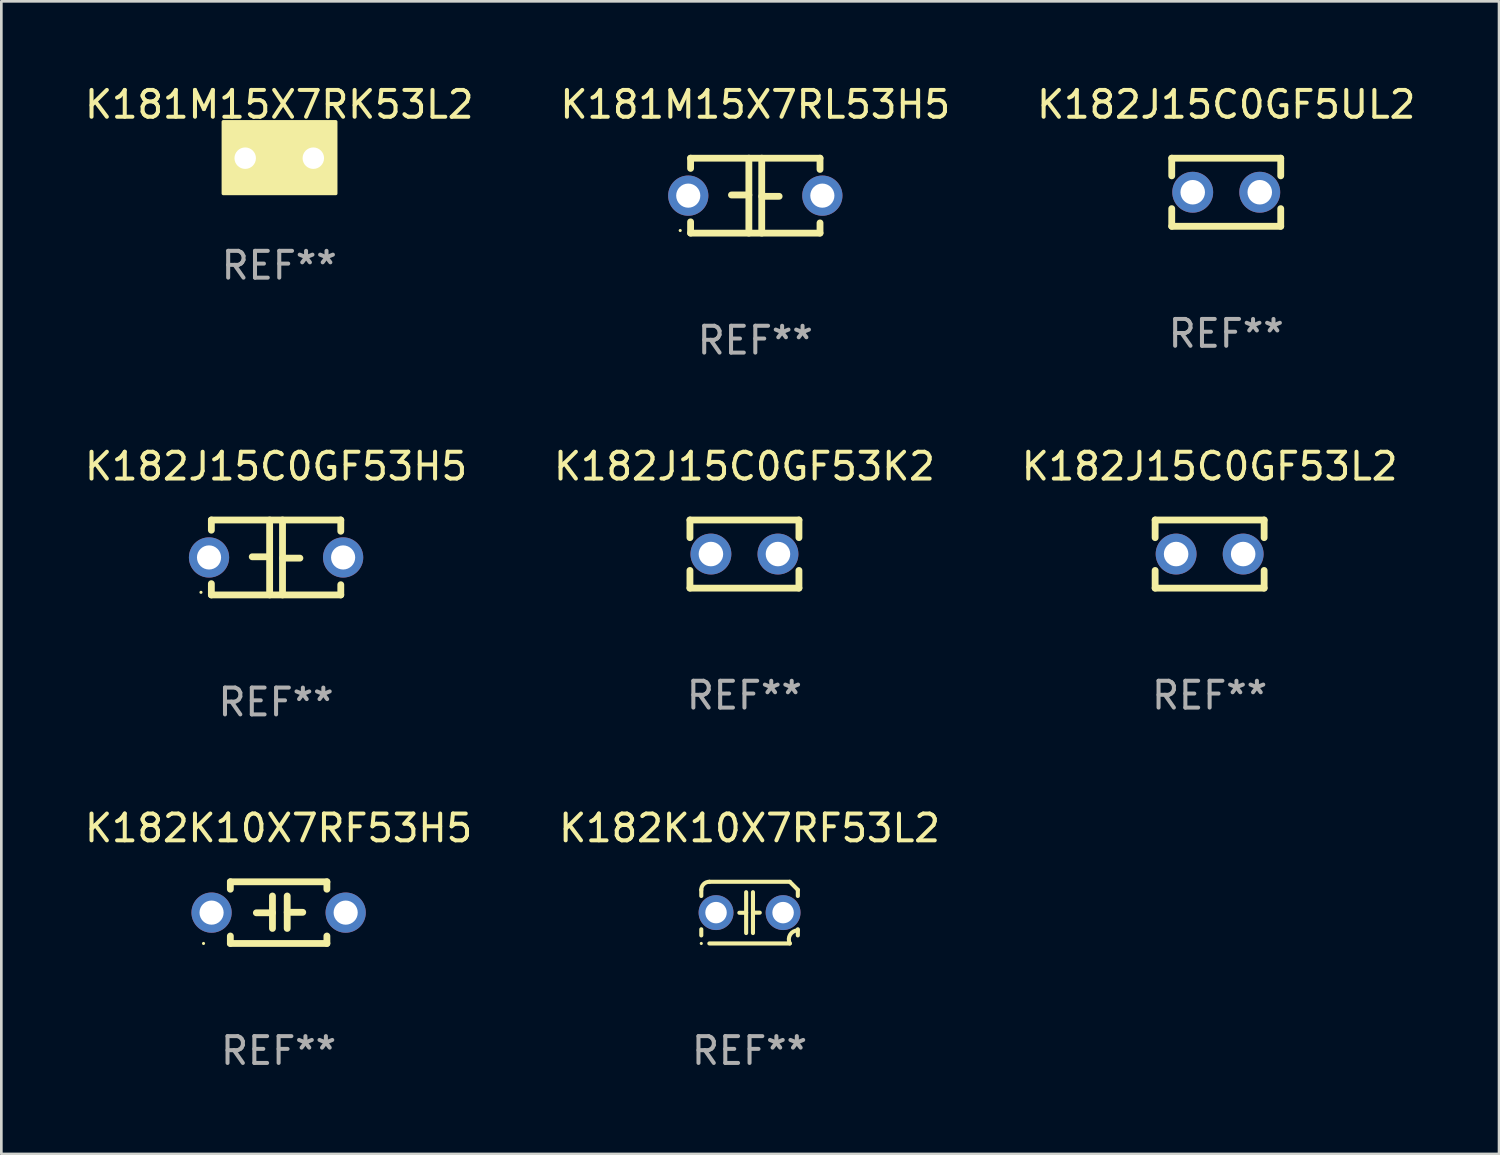
<source format=kicad_pcb>
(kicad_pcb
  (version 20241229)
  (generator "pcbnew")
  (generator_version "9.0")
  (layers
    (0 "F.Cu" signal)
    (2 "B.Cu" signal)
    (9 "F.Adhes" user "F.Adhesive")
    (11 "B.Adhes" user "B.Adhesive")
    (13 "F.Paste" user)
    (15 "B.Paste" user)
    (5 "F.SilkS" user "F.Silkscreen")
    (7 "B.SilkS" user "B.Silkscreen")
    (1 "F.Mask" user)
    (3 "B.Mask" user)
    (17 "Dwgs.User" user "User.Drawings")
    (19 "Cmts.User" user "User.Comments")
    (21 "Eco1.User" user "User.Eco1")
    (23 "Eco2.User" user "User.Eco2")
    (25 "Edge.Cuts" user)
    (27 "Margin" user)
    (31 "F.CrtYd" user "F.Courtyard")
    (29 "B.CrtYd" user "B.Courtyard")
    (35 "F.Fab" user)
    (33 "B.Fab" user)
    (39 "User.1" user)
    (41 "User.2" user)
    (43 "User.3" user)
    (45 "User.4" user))
  (footprint "K182J15C0GF53L2"
    (layer "F.Cu")
    (at 42.054 17.609)
    (property "Reference" "K182J15C0GF53L2" (at 0 -3.27 0) (layer "F.SilkS") (effects (font (size 1 1) (thickness 0.15))))
    (attr through_hole)
    (fp_line (start -2.032 -1.27) (end -2.032 -0.611) (stroke (width 0.254) (type solid)) (layer "F.SilkS"))
    (fp_line (start -2.032 0.611) (end -2.032 1.27) (stroke (width 0.254) (type solid)) (layer "F.SilkS"))
    (fp_line (start -2.032 1.27) (end 2.032 1.27) (stroke (width 0.254) (type solid)) (layer "F.SilkS"))
    (fp_line (start 2.032 -1.27) (end -2.032 -1.27) (stroke (width 0.254) (type solid)) (layer "F.SilkS"))
    (fp_line (start 2.032 -0.611) (end 2.032 -1.27) (stroke (width 0.254) (type solid)) (layer "F.SilkS"))
    (fp_line (start 2.032 1.27) (end 2.032 0.611) (stroke (width 0.254) (type solid)) (layer "F.SilkS"))
    (fp_circle (center -2 1.3) (end -1.97 1.3) (stroke (width 0.06) (type solid)) (fill no) (layer "F.SilkS"))
    (fp_text user "REF**" (at 0 5.27 0) (layer "F.Fab") (effects (font (size 1 1) (thickness 0.15))))
    (pad "1" thru_hole circle (at -1.25 0) (size 1.524 1.524) (drill 0.914) (layers "*.Cu" "*.Mask"))
    (pad "2" thru_hole circle (at 1.25 0) (size 1.524 1.524) (drill 0.914) (layers "*.Cu" "*.Mask")))
  (footprint "K182K10X7RF53L2"
    (layer "F.Cu")
    (at 24.899 30.979)
    (property "Reference" "K182K10X7RF53L2" (at 0 -3.15 0) (layer "F.SilkS") (effects (font (size 1 1) (thickness 0.15))))
    (attr through_hole)
    (fp_line (start -1.8 -0.621) (end -1.8 -0.85) (stroke (width 0.152) (type solid)) (layer "F.SilkS"))
    (fp_line (start -1.8 0.85) (end -1.8 0.621) (stroke (width 0.152) (type solid)) (layer "F.SilkS"))
    (fp_line (start -1.5 -1.15) (end 1.5 -1.15) (stroke (width 0.152) (type solid)) (layer "F.SilkS"))
    (fp_line (start -0.127 -0.762) (end -0.127 0.762) (stroke (width 0.152) (type solid)) (layer "F.SilkS"))
    (fp_line (start -0.127 0.005) (end -0.381 0.005) (stroke (width 0.152) (type solid)) (layer "F.SilkS"))
    (fp_line (start 0.127 -0.762) (end 0.127 0.762) (stroke (width 0.152) (type solid)) (layer "F.SilkS"))
    (fp_line (start 0.127 0.002) (end 0.381 0.002) (stroke (width 0.152) (type solid)) (layer "F.SilkS"))
    (fp_line (start 1.5 1.15) (end -1.5 1.15) (stroke (width 0.152) (type solid)) (layer "F.SilkS"))
    (fp_line (start 1.8 -0.85) (end 1.8 -0.621) (stroke (width 0.152) (type solid)) (layer "F.SilkS"))
    (fp_line (start 1.8 0.621) (end 1.8 0.85) (stroke (width 0.152) (type solid)) (layer "F.SilkS"))
    (fp_arc (start -1.799975 -0.849987) (mid -1.712107 -1.062119) (end -1.499975 -1.149987) (stroke (width 0.151994) (type solid)) (layer "F.SilkS"))
    (fp_arc (start 1.499975 1.149987) (mid 1.513726 0.822359) (end 1.799975 0.662387) (stroke (width 0.151994) (type solid)) (layer "F.SilkS"))
    (fp_arc (start 1.500001 -1.149986) (mid 1.650015 -1.000001) (end 1.8 -0.849987) (stroke (width 0.151994) (type solid)) (layer "F.SilkS"))
    (fp_circle (center -1.8 1.15) (end -1.77 1.15) (stroke (width 0.06) (type solid)) (fill no) (layer "F.SilkS"))
    (fp_text user "REF**" (at 0 5.15 0) (layer "F.Fab") (effects (font (size 1 1) (thickness 0.15))))
    (pad "1" thru_hole circle (at -1.25 0) (size 1.3 1.3) (drill 0.8) (layers "*.Cu" "*.Mask"))
    (pad "2" thru_hole circle (at 1.25 0) (size 1.3 1.3) (drill 0.8) (layers "*.Cu" "*.Mask")))
  (footprint "K182J15C0GF5UL2"
    (layer "F.Cu")
    (at 42.673 4.118)
    (property "Reference" "K182J15C0GF5UL2" (at 0 -3.27 0) (layer "F.SilkS") (effects (font (size 1 1) (thickness 0.15))))
    (attr through_hole)
    (fp_line (start -2.032 -1.27) (end -2.032 -0.611) (stroke (width 0.254) (type solid)) (layer "F.SilkS"))
    (fp_line (start -2.032 0.611) (end -2.032 1.27) (stroke (width 0.254) (type solid)) (layer "F.SilkS"))
    (fp_line (start -2.032 1.27) (end 2.032 1.27) (stroke (width 0.254) (type solid)) (layer "F.SilkS"))
    (fp_line (start 2.032 -1.27) (end -2.032 -1.27) (stroke (width 0.254) (type solid)) (layer "F.SilkS"))
    (fp_line (start 2.032 -0.611) (end 2.032 -1.27) (stroke (width 0.254) (type solid)) (layer "F.SilkS"))
    (fp_line (start 2.032 1.27) (end 2.032 0.611) (stroke (width 0.254) (type solid)) (layer "F.SilkS"))
    (fp_circle (center -2 1.3) (end -1.97 1.3) (stroke (width 0.06) (type solid)) (fill no) (layer "F.SilkS"))
    (fp_text user "REF**" (at 0 5.27 0) (layer "F.Fab") (effects (font (size 1 1) (thickness 0.15))))
    (pad "1" thru_hole circle (at -1.25 0) (size 1.524 1.524) (drill 0.914) (layers "*.Cu" "*.Mask"))
    (pad "2" thru_hole circle (at 1.25 0) (size 1.524 1.524) (drill 0.914) (layers "*.Cu" "*.Mask")))
  (footprint "K182J15C0GF53H5"
    (layer "F.Cu")
    (at 7.244 17.736)
    (property "Reference" "K182J15C0GF53H5" (at 0 -3.397 0) (layer "F.SilkS") (effects (font (size 1 1) (thickness 0.15))))
    (attr through_hole)
    (fp_line (start -2.413 -1.397) (end 2.413 -1.397) (stroke (width 0.254) (type solid)) (layer "F.SilkS"))
    (fp_line (start -2.413 -1.016) (end -2.413 -1.397) (stroke (width 0.254) (type solid)) (layer "F.SilkS"))
    (fp_line (start -2.413 0.977) (end -2.413 1.397) (stroke (width 0.254) (type solid)) (layer "F.SilkS"))
    (fp_line (start -0.24 -0.025) (end -0.889 -0.025) (stroke (width 0.254) (type solid)) (layer "F.SilkS"))
    (fp_line (start -0.24 1.397) (end -0.24 -1.397) (stroke (width 0.254) (type solid)) (layer "F.SilkS"))
    (fp_line (start 0.24 -1.397) (end 0.24 1.397) (stroke (width 0.254) (type solid)) (layer "F.SilkS"))
    (fp_line (start 0.24 0.025) (end 0.889 0.025) (stroke (width 0.254) (type solid)) (layer "F.SilkS"))
    (fp_line (start 2.413 -0.977) (end 2.413 -1.397) (stroke (width 0.254) (type solid)) (layer "F.SilkS"))
    (fp_line (start 2.413 1.016) (end 2.413 1.397) (stroke (width 0.254) (type solid)) (layer "F.SilkS"))
    (fp_line (start 2.413 1.397) (end -2.413 1.397) (stroke (width 0.254) (type solid)) (layer "F.SilkS"))
    (fp_circle (center -2.8 1.3) (end -2.77 1.3) (stroke (width 0.06) (type solid)) (fill no) (layer "F.SilkS"))
    (fp_text user "REF**" (at 0 5.397 0) (layer "F.Fab") (effects (font (size 1 1) (thickness 0.15))))
    (pad "1" thru_hole circle (at -2.5 0) (size 1.5 1.5) (drill 0.9) (layers "*.Cu" "*.Mask"))
    (pad "2" thru_hole circle (at 2.5 0) (size 1.5 1.5) (drill 0.9) (layers "*.Cu" "*.Mask")))
  (footprint "K182K10X7RF53H5"
    (layer "F.Cu")
    (at 7.339 30.979)
    (property "Reference" "K182K10X7RF53H5" (at 0 -3.15 0) (layer "F.SilkS") (effects (font (size 1 1) (thickness 0.15))))
    (attr through_hole)
    (fp_line (start -1.8 -1.15) (end -1.8 -0.872) (stroke (width 0.254) (type solid)) (layer "F.SilkS"))
    (fp_line (start -1.8 -1.15) (end 1.8 -1.15) (stroke (width 0.254) (type solid)) (layer "F.SilkS"))
    (fp_line (start -1.8 0.872) (end -1.8 1.15) (stroke (width 0.254) (type solid)) (layer "F.SilkS"))
    (fp_line (start -1.8 1.15) (end 1.8 1.15) (stroke (width 0.254) (type solid)) (layer "F.SilkS"))
    (fp_line (start -0.23 -0.62) (end -0.23 0.59) (stroke (width 0.254) (type solid)) (layer "F.SilkS"))
    (fp_line (start -0.23 0.007) (end -0.83 0.007) (stroke (width 0.254) (type solid)) (layer "F.SilkS"))
    (fp_line (start 0.32 -0.62) (end 0.32 0.59) (stroke (width 0.254) (type solid)) (layer "F.SilkS"))
    (fp_line (start 0.32 -0.012) (end 0.9 -0.012) (stroke (width 0.254) (type solid)) (layer "F.SilkS"))
    (fp_line (start 1.8 -1.15) (end 1.8 -0.872) (stroke (width 0.254) (type solid)) (layer "F.SilkS"))
    (fp_line (start 1.8 0.872) (end 1.8 1.15) (stroke (width 0.254) (type solid)) (layer "F.SilkS"))
    (fp_circle (center -2.8 1.15) (end -2.77 1.15) (stroke (width 0.06) (type solid)) (fill no) (layer "F.SilkS"))
    (fp_text user "REF**" (at 0 5.15 0) (layer "F.Fab") (effects (font (size 1 1) (thickness 0.15))))
    (pad "1" thru_hole circle (at -2.5 0) (size 1.5 1.5) (drill 0.9) (layers "*.Cu" "*.Mask"))
    (pad "2" thru_hole circle (at 2.5 0) (size 1.5 1.5) (drill 0.9) (layers "*.Cu" "*.Mask")))
  (footprint "K181M15X7RL53H5"
    (layer "F.Cu")
    (at 25.113 4.245)
    (property "Reference" "K181M15X7RL53H5" (at 0 -3.397 0) (layer "F.SilkS") (effects (font (size 1 1) (thickness 0.15))))
    (attr through_hole)
    (fp_line (start -2.413 -1.397) (end 2.413 -1.397) (stroke (width 0.254) (type solid)) (layer "F.SilkS"))
    (fp_line (start -2.413 -1.016) (end -2.413 -1.397) (stroke (width 0.254) (type solid)) (layer "F.SilkS"))
    (fp_line (start -2.413 0.977) (end -2.413 1.397) (stroke (width 0.254) (type solid)) (layer "F.SilkS"))
    (fp_line (start -0.24 -0.025) (end -0.889 -0.025) (stroke (width 0.254) (type solid)) (layer "F.SilkS"))
    (fp_line (start -0.24 1.397) (end -0.24 -1.397) (stroke (width 0.254) (type solid)) (layer "F.SilkS"))
    (fp_line (start 0.24 -1.397) (end 0.24 1.397) (stroke (width 0.254) (type solid)) (layer "F.SilkS"))
    (fp_line (start 0.24 0.025) (end 0.889 0.025) (stroke (width 0.254) (type solid)) (layer "F.SilkS"))
    (fp_line (start 2.413 -0.977) (end 2.413 -1.397) (stroke (width 0.254) (type solid)) (layer "F.SilkS"))
    (fp_line (start 2.413 1.016) (end 2.413 1.397) (stroke (width 0.254) (type solid)) (layer "F.SilkS"))
    (fp_line (start 2.413 1.397) (end -2.413 1.397) (stroke (width 0.254) (type solid)) (layer "F.SilkS"))
    (fp_circle (center -2.8 1.3) (end -2.77 1.3) (stroke (width 0.06) (type solid)) (fill no) (layer "F.SilkS"))
    (fp_text user "REF**" (at 0 5.397 0) (layer "F.Fab") (effects (font (size 1 1) (thickness 0.15))))
    (pad "1" thru_hole circle (at -2.5 0) (size 1.5 1.5) (drill 0.9) (layers "*.Cu" "*.Mask"))
    (pad "2" thru_hole circle (at 2.5 0) (size 1.5 1.5) (drill 0.9) (layers "*.Cu" "*.Mask")))
  (footprint "K182J15C0GF53K2"
    (layer "F.Cu")
    (at 24.708 17.609)
    (property "Reference" "K182J15C0GF53K2" (at 0 -3.27 0) (layer "F.SilkS") (effects (font (size 1 1) (thickness 0.15))))
    (attr through_hole)
    (fp_line (start -2.032 -1.27) (end -2.032 -0.611) (stroke (width 0.254) (type solid)) (layer "F.SilkS"))
    (fp_line (start -2.032 0.611) (end -2.032 1.27) (stroke (width 0.254) (type solid)) (layer "F.SilkS"))
    (fp_line (start -2.032 1.27) (end 2.032 1.27) (stroke (width 0.254) (type solid)) (layer "F.SilkS"))
    (fp_line (start 2.032 -1.27) (end -2.032 -1.27) (stroke (width 0.254) (type solid)) (layer "F.SilkS"))
    (fp_line (start 2.032 -0.611) (end 2.032 -1.27) (stroke (width 0.254) (type solid)) (layer "F.SilkS"))
    (fp_line (start 2.032 1.27) (end 2.032 0.611) (stroke (width 0.254) (type solid)) (layer "F.SilkS"))
    (fp_circle (center -2 1.3) (end -1.97 1.3) (stroke (width 0.06) (type solid)) (fill no) (layer "F.SilkS"))
    (fp_text user "REF**" (at 0 5.27 0) (layer "F.Fab") (effects (font (size 1 1) (thickness 0.15))))
    (pad "1" thru_hole circle (at -1.25 0) (size 1.524 1.524) (drill 0.914) (layers "*.Cu" "*.Mask"))
    (pad "2" thru_hole circle (at 1.25 0) (size 1.524 1.524) (drill 0.914) (layers "*.Cu" "*.Mask")))
  (footprint "K181M15X7RK53L2"
    (layer "F.Cu")
    (at 7.363 2.848)
    (property "Reference" "K181M15X7RK53L2" (at 0 -2 0) (layer "F.SilkS") (effects (font (size 1 1) (thickness 0.15))))
    (attr through_hole)
    (fp_circle (center -2 1.3) (end -1.97 1.3) (stroke (width 0.06) (type solid)) (fill no) (layer "F.SilkS"))
    (fp_poly (pts (xy -2.09 -1.36) (xy 2.11 -1.36) (xy 2.11 1.32) (xy -2.09 1.32)) (stroke (width 0.12) (type solid)) (fill yes) (layer "F.SilkS"))
    (fp_text user "REF**" (at 0 4 0) (layer "F.Fab") (effects (font (size 1 1) (thickness 0.15))))
    (pad "1" thru_hole circle (at -1.27 0) (size 1.4 1.4) (drill 0.8) (layers "*.Cu" "*.Mask"))
    (pad "2" thru_hole circle (at 1.27 0) (size 1.4 1.4) (drill 0.8) (layers "*.Cu" "*.Mask")))
  (gr_rect
    (start -3 -3)
    (end 52.845 39.978)
    (stroke (width 0.1) (type default))
    (fill no)
    (layer "Edge.Cuts")))
</source>
